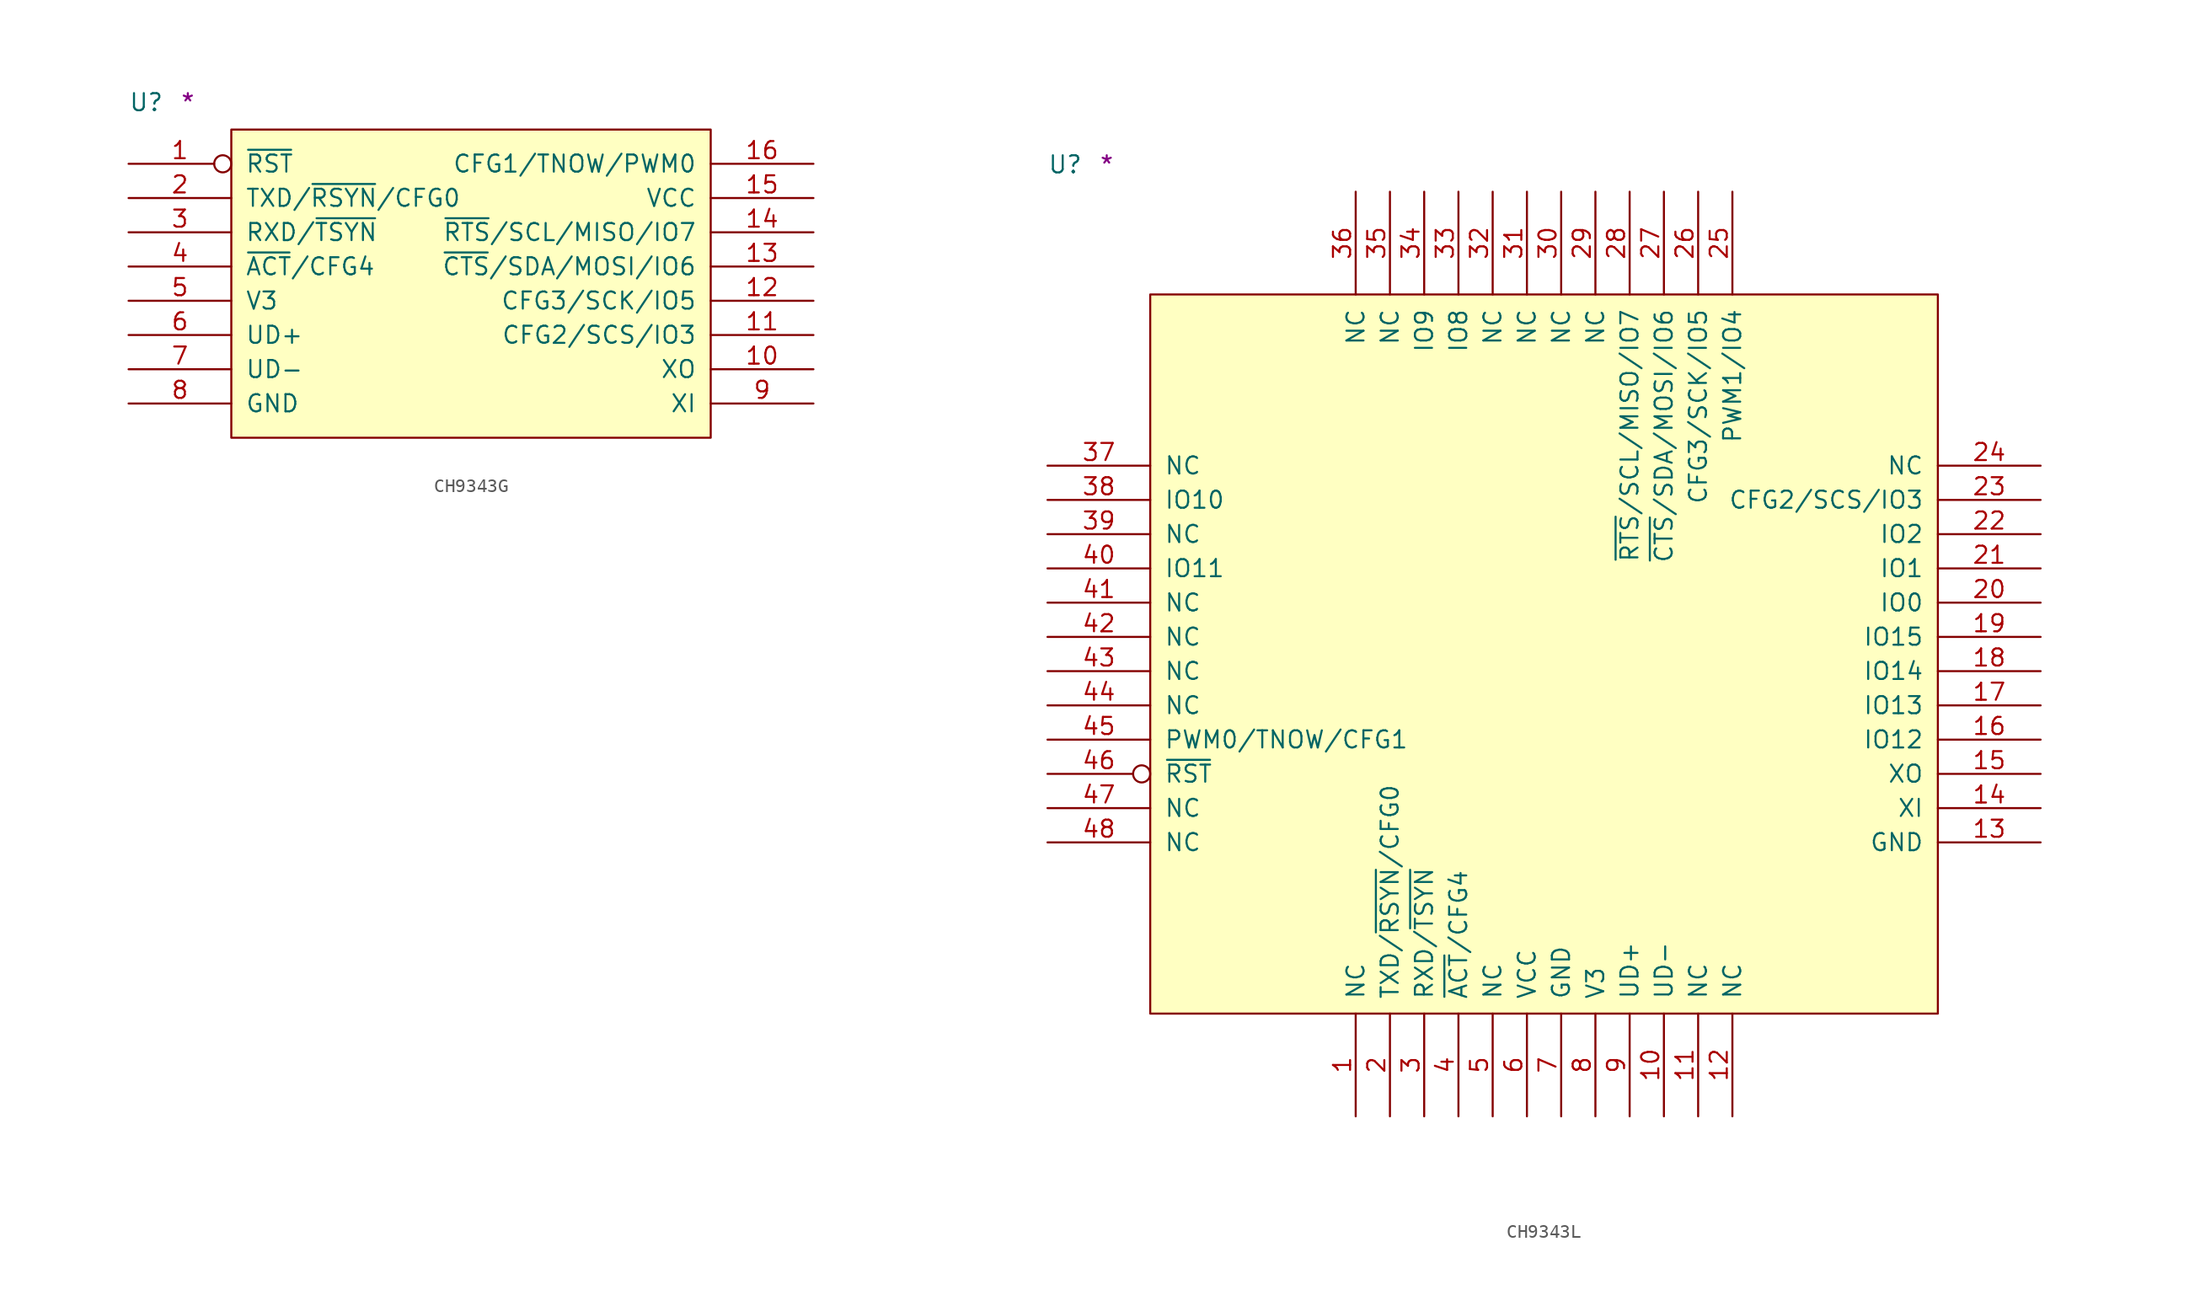
<source format=kicad_sym>
(kicad_symbol_lib
  (version 20211014)
  (generator kicad_symbol_editor)
  (symbol "CH9343G"
    (pin_names
      (offset 1.016))
    (property "Reference" "U"
      (at -7.62 1.27 0)
      (effects (font (size 1.27 1.27)) (justify left bottom)))
    (property "Comment" "*"
      (at -3.81 1.27 0)
      (effects (font (size 1.27 1.27)) (justify left bottom)))
    (symbol "CH9343G_1_1"
      (rectangle (start 0 -22.86) (end 35.56 0) (stroke (width 0) (type default) (color 0 0 0 0)) (fill (type background)))
      (pin input inverted (at -7.62 -2.54 0) (length 7.62) (name "~{RST}" (effects (font (size 1.27 1.27)))) (number "1" (effects (font (size 1.27 1.27)))))
      (pin output line (at 43.18 -17.78 180) (length 7.62) (name "XO" (effects (font (size 1.27 1.27)))) (number "10" (effects (font (size 1.27 1.27)))))
      (pin bidirectional line (at 43.18 -15.24 180) (length 7.62) (name "CFG2/SCS/IO3" (effects (font (size 1.27 1.27)))) (number "11" (effects (font (size 1.27 1.27)))))
      (pin bidirectional line (at 43.18 -12.7 180) (length 7.62) (name "CFG3/SCK/IO5" (effects (font (size 1.27 1.27)))) (number "12" (effects (font (size 1.27 1.27)))))
      (pin bidirectional line (at 43.18 -10.16 180) (length 7.62) (name "~{CTS}/SDA/MOSI/IO6" (effects (font (size 1.27 1.27)))) (number "13" (effects (font (size 1.27 1.27)))))
      (pin bidirectional line (at 43.18 -7.62 180) (length 7.62) (name "~{RTS}/SCL/MISO/IO7" (effects (font (size 1.27 1.27)))) (number "14" (effects (font (size 1.27 1.27)))))
      (pin power_in line (at 43.18 -5.08 180) (length 7.62) (name "VCC" (effects (font (size 1.27 1.27)))) (number "15" (effects (font (size 1.27 1.27)))))
      (pin bidirectional line (at 43.18 -2.54 180) (length 7.62) (name "CFG1/TNOW/PWM0" (effects (font (size 1.27 1.27)))) (number "16" (effects (font (size 1.27 1.27)))))
      (pin bidirectional line (at -7.62 -5.08 0) (length 7.62) (name "TXD/~{RSYN}/CFG0" (effects (font (size 1.27 1.27)))) (number "2" (effects (font (size 1.27 1.27)))))
      (pin bidirectional line (at -7.62 -7.62 0) (length 7.62) (name "RXD/~{TSYN}" (effects (font (size 1.27 1.27)))) (number "3" (effects (font (size 1.27 1.27)))))
      (pin bidirectional line (at -7.62 -10.16 0) (length 7.62) (name "~{ACT}/CFG4" (effects (font (size 1.27 1.27)))) (number "4" (effects (font (size 1.27 1.27)))))
      (pin power_in line (at -7.62 -12.7 0) (length 7.62) (name "V3" (effects (font (size 1.27 1.27)))) (number "5" (effects (font (size 1.27 1.27)))))
      (pin bidirectional line (at -7.62 -15.24 0) (length 7.62) (name "UD+" (effects (font (size 1.27 1.27)))) (number "6" (effects (font (size 1.27 1.27)))))
      (pin bidirectional line (at -7.62 -17.78 0) (length 7.62) (name "UD-" (effects (font (size 1.27 1.27)))) (number "7" (effects (font (size 1.27 1.27)))))
      (pin power_in line (at -7.62 -20.32 0) (length 7.62) (name "GND" (effects (font (size 1.27 1.27)))) (number "8" (effects (font (size 1.27 1.27)))))
      (pin input line (at 43.18 -20.32 180) (length 7.62) (name "XI" (effects (font (size 1.27 1.27)))) (number "9" (effects (font (size 1.27 1.27)))))))
  (symbol "CH9343L"
    (pin_names
      (offset 1.016))
    (property "Reference" "U"
      (at -7.62 8.89 0)
      (effects (font (size 1.27 1.27)) (justify left bottom)))
    (property "Comment" "*"
      (at -3.81 8.89 0)
      (effects (font (size 1.27 1.27)) (justify left bottom)))
    (symbol "CH9343L_1_1"
      (rectangle (start 0 -53.34) (end 58.42 0) (stroke (width 0) (type default) (color 0 0 0 0)) (fill (type background)))
      (pin passive line (at 15.24 -60.96 90) (length 7.62) (name "NC" (effects (font (size 1.27 1.27)))) (number "1" (effects (font (size 1.27 1.27)))))
      (pin bidirectional line (at 38.1 -60.96 90) (length 7.62) (name "UD-" (effects (font (size 1.27 1.27)))) (number "10" (effects (font (size 1.27 1.27)))))
      (pin passive line (at 40.64 -60.96 90) (length 7.62) (name "NC" (effects (font (size 1.27 1.27)))) (number "11" (effects (font (size 1.27 1.27)))))
      (pin passive line (at 43.18 -60.96 90) (length 7.62) (name "NC" (effects (font (size 1.27 1.27)))) (number "12" (effects (font (size 1.27 1.27)))))
      (pin power_in line (at 66.04 -40.64 180) (length 7.62) (name "GND" (effects (font (size 1.27 1.27)))) (number "13" (effects (font (size 1.27 1.27)))))
      (pin input line (at 66.04 -38.1 180) (length 7.62) (name "XI" (effects (font (size 1.27 1.27)))) (number "14" (effects (font (size 1.27 1.27)))))
      (pin output line (at 66.04 -35.56 180) (length 7.62) (name "XO" (effects (font (size 1.27 1.27)))) (number "15" (effects (font (size 1.27 1.27)))))
      (pin bidirectional line (at 66.04 -33.02 180) (length 7.62) (name "IO12" (effects (font (size 1.27 1.27)))) (number "16" (effects (font (size 1.27 1.27)))))
      (pin bidirectional line (at 66.04 -30.48 180) (length 7.62) (name "IO13" (effects (font (size 1.27 1.27)))) (number "17" (effects (font (size 1.27 1.27)))))
      (pin bidirectional line (at 66.04 -27.94 180) (length 7.62) (name "IO14" (effects (font (size 1.27 1.27)))) (number "18" (effects (font (size 1.27 1.27)))))
      (pin bidirectional line (at 66.04 -25.4 180) (length 7.62) (name "IO15" (effects (font (size 1.27 1.27)))) (number "19" (effects (font (size 1.27 1.27)))))
      (pin bidirectional line (at 17.78 -60.96 90) (length 7.62) (name "TXD/~{RSYN}/CFG0" (effects (font (size 1.27 1.27)))) (number "2" (effects (font (size 1.27 1.27)))))
      (pin bidirectional line (at 66.04 -22.86 180) (length 7.62) (name "IO0" (effects (font (size 1.27 1.27)))) (number "20" (effects (font (size 1.27 1.27)))))
      (pin bidirectional line (at 66.04 -20.32 180) (length 7.62) (name "IO1" (effects (font (size 1.27 1.27)))) (number "21" (effects (font (size 1.27 1.27)))))
      (pin bidirectional line (at 66.04 -17.78 180) (length 7.62) (name "IO2" (effects (font (size 1.27 1.27)))) (number "22" (effects (font (size 1.27 1.27)))))
      (pin bidirectional line (at 66.04 -15.24 180) (length 7.62) (name "CFG2/SCS/IO3" (effects (font (size 1.27 1.27)))) (number "23" (effects (font (size 1.27 1.27)))))
      (pin passive line (at 66.04 -12.7 180) (length 7.62) (name "NC" (effects (font (size 1.27 1.27)))) (number "24" (effects (font (size 1.27 1.27)))))
      (pin bidirectional line (at 43.18 7.62 270) (length 7.62) (name "PWM1/IO4" (effects (font (size 1.27 1.27)))) (number "25" (effects (font (size 1.27 1.27)))))
      (pin bidirectional line (at 40.64 7.62 270) (length 7.62) (name "CFG3/SCK/IO5" (effects (font (size 1.27 1.27)))) (number "26" (effects (font (size 1.27 1.27)))))
      (pin bidirectional line (at 38.1 7.62 270) (length 7.62) (name "~{CTS}/SDA/MOSI/IO6" (effects (font (size 1.27 1.27)))) (number "27" (effects (font (size 1.27 1.27)))))
      (pin bidirectional line (at 35.56 7.62 270) (length 7.62) (name "~{RTS}/SCL/MISO/IO7" (effects (font (size 1.27 1.27)))) (number "28" (effects (font (size 1.27 1.27)))))
      (pin passive line (at 33.02 7.62 270) (length 7.62) (name "NC" (effects (font (size 1.27 1.27)))) (number "29" (effects (font (size 1.27 1.27)))))
      (pin bidirectional line (at 20.32 -60.96 90) (length 7.62) (name "RXD/~{TSYN}" (effects (font (size 1.27 1.27)))) (number "3" (effects (font (size 1.27 1.27)))))
      (pin passive line (at 30.48 7.62 270) (length 7.62) (name "NC" (effects (font (size 1.27 1.27)))) (number "30" (effects (font (size 1.27 1.27)))))
      (pin passive line (at 27.94 7.62 270) (length 7.62) (name "NC" (effects (font (size 1.27 1.27)))) (number "31" (effects (font (size 1.27 1.27)))))
      (pin passive line (at 25.4 7.62 270) (length 7.62) (name "NC" (effects (font (size 1.27 1.27)))) (number "32" (effects (font (size 1.27 1.27)))))
      (pin bidirectional line (at 22.86 7.62 270) (length 7.62) (name "IO8" (effects (font (size 1.27 1.27)))) (number "33" (effects (font (size 1.27 1.27)))))
      (pin bidirectional line (at 20.32 7.62 270) (length 7.62) (name "IO9" (effects (font (size 1.27 1.27)))) (number "34" (effects (font (size 1.27 1.27)))))
      (pin passive line (at 17.78 7.62 270) (length 7.62) (name "NC" (effects (font (size 1.27 1.27)))) (number "35" (effects (font (size 1.27 1.27)))))
      (pin passive line (at 15.24 7.62 270) (length 7.62) (name "NC" (effects (font (size 1.27 1.27)))) (number "36" (effects (font (size 1.27 1.27)))))
      (pin passive line (at -7.62 -12.7 0) (length 7.62) (name "NC" (effects (font (size 1.27 1.27)))) (number "37" (effects (font (size 1.27 1.27)))))
      (pin bidirectional line (at -7.62 -15.24 0) (length 7.62) (name "IO10" (effects (font (size 1.27 1.27)))) (number "38" (effects (font (size 1.27 1.27)))))
      (pin passive line (at -7.62 -17.78 0) (length 7.62) (name "NC" (effects (font (size 1.27 1.27)))) (number "39" (effects (font (size 1.27 1.27)))))
      (pin bidirectional line (at 22.86 -60.96 90) (length 7.62) (name "~{ACT}/CFG4" (effects (font (size 1.27 1.27)))) (number "4" (effects (font (size 1.27 1.27)))))
      (pin bidirectional line (at -7.62 -20.32 0) (length 7.62) (name "IO11" (effects (font (size 1.27 1.27)))) (number "40" (effects (font (size 1.27 1.27)))))
      (pin passive line (at -7.62 -22.86 0) (length 7.62) (name "NC" (effects (font (size 1.27 1.27)))) (number "41" (effects (font (size 1.27 1.27)))))
      (pin passive line (at -7.62 -25.4 0) (length 7.62) (name "NC" (effects (font (size 1.27 1.27)))) (number "42" (effects (font (size 1.27 1.27)))))
      (pin passive line (at -7.62 -27.94 0) (length 7.62) (name "NC" (effects (font (size 1.27 1.27)))) (number "43" (effects (font (size 1.27 1.27)))))
      (pin passive line (at -7.62 -30.48 0) (length 7.62) (name "NC" (effects (font (size 1.27 1.27)))) (number "44" (effects (font (size 1.27 1.27)))))
      (pin bidirectional line (at -7.62 -33.02 0) (length 7.62) (name "PWM0/TNOW/CFG1" (effects (font (size 1.27 1.27)))) (number "45" (effects (font (size 1.27 1.27)))))
      (pin input inverted (at -7.62 -35.56 0) (length 7.62) (name "~{RST}" (effects (font (size 1.27 1.27)))) (number "46" (effects (font (size 1.27 1.27)))))
      (pin passive line (at -7.62 -38.1 0) (length 7.62) (name "NC" (effects (font (size 1.27 1.27)))) (number "47" (effects (font (size 1.27 1.27)))))
      (pin passive line (at -7.62 -40.64 0) (length 7.62) (name "NC" (effects (font (size 1.27 1.27)))) (number "48" (effects (font (size 1.27 1.27)))))
      (pin passive line (at 25.4 -60.96 90) (length 7.62) (name "NC" (effects (font (size 1.27 1.27)))) (number "5" (effects (font (size 1.27 1.27)))))
      (pin power_in line (at 27.94 -60.96 90) (length 7.62) (name "VCC" (effects (font (size 1.27 1.27)))) (number "6" (effects (font (size 1.27 1.27)))))
      (pin power_in line (at 30.48 -60.96 90) (length 7.62) (name "GND" (effects (font (size 1.27 1.27)))) (number "7" (effects (font (size 1.27 1.27)))))
      (pin power_in line (at 33.02 -60.96 90) (length 7.62) (name "V3" (effects (font (size 1.27 1.27)))) (number "8" (effects (font (size 1.27 1.27)))))
      (pin bidirectional line (at 35.56 -60.96 90) (length 7.62) (name "UD+" (effects (font (size 1.27 1.27)))) (number "9" (effects (font (size 1.27 1.27))))))))
</source>
